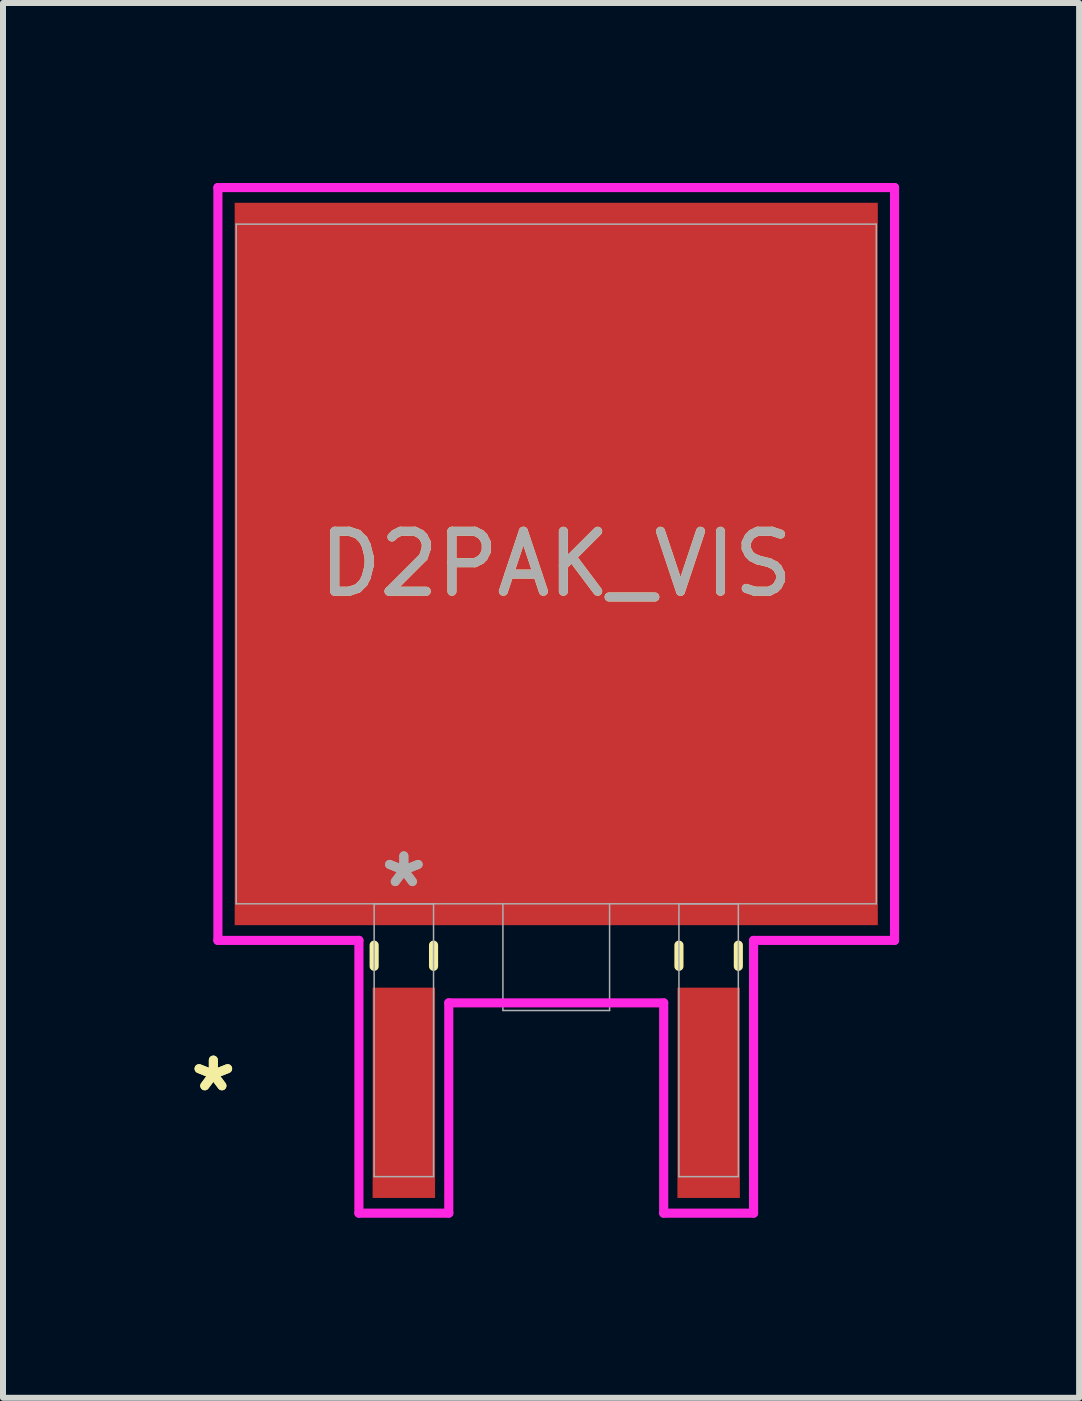
<source format=kicad_pcb>
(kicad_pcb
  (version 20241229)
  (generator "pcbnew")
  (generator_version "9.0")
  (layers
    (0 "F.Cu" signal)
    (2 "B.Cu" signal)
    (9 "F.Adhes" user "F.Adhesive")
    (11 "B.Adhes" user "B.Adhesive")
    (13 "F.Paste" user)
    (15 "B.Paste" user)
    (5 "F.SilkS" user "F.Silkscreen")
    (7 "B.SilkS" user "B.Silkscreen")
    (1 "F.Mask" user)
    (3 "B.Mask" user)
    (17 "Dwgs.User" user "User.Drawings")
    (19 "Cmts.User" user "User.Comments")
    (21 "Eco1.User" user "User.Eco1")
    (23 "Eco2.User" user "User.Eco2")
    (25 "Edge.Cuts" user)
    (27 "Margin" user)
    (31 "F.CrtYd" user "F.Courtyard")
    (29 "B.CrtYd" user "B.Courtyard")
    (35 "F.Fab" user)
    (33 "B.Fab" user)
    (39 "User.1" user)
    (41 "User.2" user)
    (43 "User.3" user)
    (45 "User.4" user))
  (footprint "D2PAK_VIS"
    (layer "F.Cu")
    (at 6.221 6.35)
    (property "Reference" "D2PAK_VIS" (at 0 0 0) (unlocked yes) (layer "F.SilkS") (effects (font (size 1 1) (thickness 0.15))))
    (attr smd)
    (fp_line (start -3.035 6.353) (end -3.035 6.706) (stroke (width 0.152) (type solid)) (layer "F.SilkS"))
    (fp_line (start -2.045 6.353) (end -2.045 6.706) (stroke (width 0.152) (type solid)) (layer "F.SilkS"))
    (fp_line (start 2.045 6.353) (end 2.045 6.706) (stroke (width 0.152) (type solid)) (layer "F.SilkS"))
    (fp_line (start 3.035 6.353) (end 3.035 6.706) (stroke (width 0.152) (type solid)) (layer "F.SilkS"))
    (fp_line (start -5.639 -6.274) (end 5.639 -6.274) (stroke (width 0.152) (type solid)) (layer "F.CrtYd"))
    (fp_line (start -5.639 6.274) (end -5.639 -6.274) (stroke (width 0.152) (type solid)) (layer "F.CrtYd"))
    (fp_line (start -3.289 6.274) (end -5.639 6.274) (stroke (width 0.152) (type solid)) (layer "F.CrtYd"))
    (fp_line (start -3.289 10.82) (end -3.289 6.274) (stroke (width 0.152) (type solid)) (layer "F.CrtYd"))
    (fp_line (start -1.791 7.315) (end -1.791 10.82) (stroke (width 0.152) (type solid)) (layer "F.CrtYd"))
    (fp_line (start -1.791 10.82) (end -3.289 10.82) (stroke (width 0.152) (type solid)) (layer "F.CrtYd"))
    (fp_line (start 1.791 7.315) (end -1.791 7.315) (stroke (width 0.152) (type solid)) (layer "F.CrtYd"))
    (fp_line (start 1.791 10.82) (end 1.791 7.315) (stroke (width 0.152) (type solid)) (layer "F.CrtYd"))
    (fp_line (start 3.289 6.274) (end 3.289 10.82) (stroke (width 0.152) (type solid)) (layer "F.CrtYd"))
    (fp_line (start 3.289 10.82) (end 1.791 10.82) (stroke (width 0.152) (type solid)) (layer "F.CrtYd"))
    (fp_line (start 5.639 -6.274) (end 5.639 6.274) (stroke (width 0.152) (type solid)) (layer "F.CrtYd"))
    (fp_line (start 5.639 6.274) (end 3.289 6.274) (stroke (width 0.152) (type solid)) (layer "F.CrtYd"))
    (fp_line (start -5.334 -5.664) (end -5.334 5.664) (stroke (width 0.025) (type solid)) (layer "F.Fab"))
    (fp_line (start -5.334 5.664) (end 5.334 5.664) (stroke (width 0.025) (type solid)) (layer "F.Fab"))
    (fp_line (start -3.035 5.664) (end -3.035 10.211) (stroke (width 0.025) (type solid)) (layer "F.Fab"))
    (fp_line (start -3.035 10.211) (end -2.045 10.211) (stroke (width 0.025) (type solid)) (layer "F.Fab"))
    (fp_line (start -2.045 5.664) (end -3.035 5.664) (stroke (width 0.025) (type solid)) (layer "F.Fab"))
    (fp_line (start -2.045 10.211) (end -2.045 5.664) (stroke (width 0.025) (type solid)) (layer "F.Fab"))
    (fp_line (start -0.889 5.664) (end -0.889 7.442) (stroke (width 0.025) (type solid)) (layer "F.Fab"))
    (fp_line (start -0.889 7.442) (end 0.889 7.442) (stroke (width 0.025) (type solid)) (layer "F.Fab"))
    (fp_line (start 0.889 7.442) (end 0.889 5.664) (stroke (width 0.025) (type solid)) (layer "F.Fab"))
    (fp_line (start 2.045 5.664) (end 2.045 10.211) (stroke (width 0.025) (type solid)) (layer "F.Fab"))
    (fp_line (start 2.045 10.211) (end 3.035 10.211) (stroke (width 0.025) (type solid)) (layer "F.Fab"))
    (fp_line (start 3.035 5.664) (end 2.045 5.664) (stroke (width 0.025) (type solid)) (layer "F.Fab"))
    (fp_line (start 3.035 10.211) (end 3.035 5.664) (stroke (width 0.025) (type solid)) (layer "F.Fab"))
    (fp_line (start 5.334 -5.664) (end -5.334 -5.664) (stroke (width 0.025) (type solid)) (layer "F.Fab"))
    (fp_line (start 5.334 5.664) (end 5.334 -5.664) (stroke (width 0.025) (type solid)) (layer "F.Fab"))
    (fp_text user "*" (at -5.715 8.814 0) (layer "F.SilkS") (effects (font (size 1 1) (thickness 0.15))))
    (fp_text user "*" (at -5.715 8.814 0) (unlocked yes) (layer "F.SilkS") (effects (font (size 1 1) (thickness 0.15))))
    (fp_text user "*" (at -2.54 5.41 0) (layer "F.Fab") (effects (font (size 1 1) (thickness 0.15))))
    (fp_text user "${REFERENCE}" (at 0 0 0) (unlocked yes) (layer "F.Fab") (effects (font (size 1 1) (thickness 0.15))))
    (fp_text user "*" (at -2.54 5.41 0) (unlocked yes) (layer "F.Fab") (effects (font (size 1 1) (thickness 0.15))))
    (pad "1" smd rect (at -2.54 8.814) (size 1.041 3.505) (layers "F.Cu" "F.Mask" "F.Paste"))
    (pad "2" smd rect (at 0 0) (size 10.719 12.04) (layers "F.Cu" "F.Mask" "F.Paste"))
    (pad "3" smd rect (at 2.54 8.814) (size 1.041 3.505) (layers "F.Cu" "F.Mask" "F.Paste")))
  (gr_rect
    (start -3 -3)
    (end 14.936 20.247)
    (stroke (width 0.1) (type default))
    (fill no)
    (layer "Edge.Cuts")))
</source>
